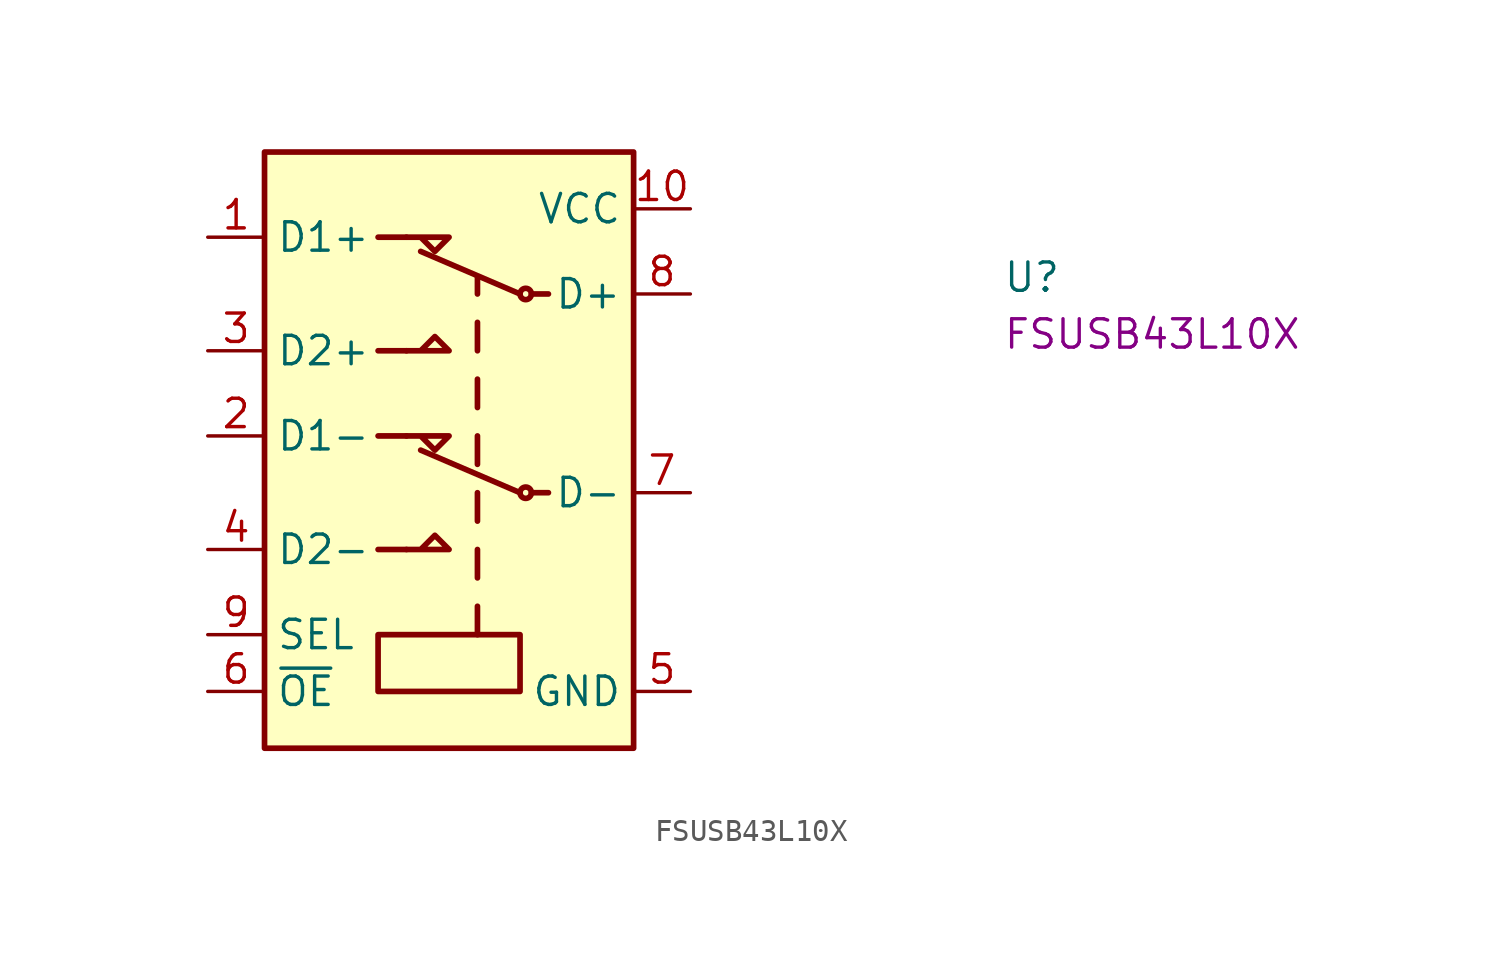
<source format=kicad_sym>
(kicad_symbol_lib
  (version 20220914)
  (generator kicad_symbol_editor)
  (symbol "FSUSB43L10X"
    (property "Reference" "U"
      (at 35.56 -2.54 0)
      (effects (font (size 1.27 1.27) (thickness 0.15)) (justify left bottom)))
    (property "MPN" "FSUSB43L10X"
      (at 35.56 -5.08 0)
      (effects (font (size 1.27 1.27) (thickness 0.15)) (justify left bottom)))
    (symbol "FSUSB43L10X_1_1"
      (polyline (pts (xy 7.62 -13.97) (xy 8.89 -13.97)) (stroke (width 0.254) (type default)) (fill (type background)))
      (polyline (pts (xy 7.62 -5.08) (xy 8.89 -5.08)) (stroke (width 0.254) (type default)) (fill (type background)))
      (polyline (pts (xy 8.89 -8.89) (xy 7.62 -8.89)) (stroke (width 0.254) (type default)) (fill (type background)))
      (polyline (pts (xy 8.89 0) (xy 7.62 0)) (stroke (width 0.254) (type default)) (fill (type background)))
      (polyline (pts (xy 9.525 -9.525) (xy 13.97 -11.43)) (stroke (width 0.254) (type default)) (fill (type background)))
      (polyline (pts (xy 9.525 -0.635) (xy 13.97 -2.54)) (stroke (width 0.254) (type default)) (fill (type background)))
      (polyline (pts (xy 12.065 -17.78) (xy 12.065 -16.51)) (stroke (width 0.254) (type default)) (fill (type background)))
      (polyline (pts (xy 12.065 -15.24) (xy 12.065 -13.97)) (stroke (width 0.254) (type default)) (fill (type background)))
      (polyline (pts (xy 12.065 -12.7) (xy 12.065 -11.43)) (stroke (width 0.254) (type default)) (fill (type background)))
      (polyline (pts (xy 12.065 -10.16) (xy 12.065 -8.89)) (stroke (width 0.254) (type default)) (fill (type background)))
      (polyline (pts (xy 12.065 -7.62) (xy 12.065 -6.35)) (stroke (width 0.254) (type default)) (fill (type background)))
      (polyline (pts (xy 12.065 -5.08) (xy 12.065 -3.81)) (stroke (width 0.254) (type default)) (fill (type background)))
      (polyline (pts (xy 12.065 -2.54) (xy 12.065 -1.778)) (stroke (width 0.254) (type default)) (fill (type background)))
      (polyline (pts (xy 14.478 -11.43) (xy 15.24 -11.43)) (stroke (width 0.254) (type default)) (fill (type background)))
      (polyline (pts (xy 14.478 -2.54) (xy 15.24 -2.54)) (stroke (width 0.254) (type default)) (fill (type background)))
      (polyline (pts (xy 8.89 -13.97) (xy 10.795 -13.97) (xy 10.16 -13.335) (xy 9.525 -13.97)) (stroke (width 0.254) (type default)) (fill (type background)))
      (polyline (pts (xy 8.89 -8.89) (xy 10.795 -8.89) (xy 10.16 -9.525) (xy 9.525 -8.89)) (stroke (width 0.254) (type default)) (fill (type background)))
      (polyline (pts (xy 8.89 -5.08) (xy 10.795 -5.08) (xy 10.16 -4.445) (xy 9.525 -5.08)) (stroke (width 0.254) (type default)) (fill (type background)))
      (polyline (pts (xy 8.89 0) (xy 10.795 0) (xy 10.16 -0.635) (xy 9.525 0)) (stroke (width 0.254) (type default)) (fill (type background)))
      (rectangle (start 2.54 3.81) (end 19.05 -22.86) (stroke (width 0.254) (type default)) (fill (type background)))
      (rectangle (start 7.62 -17.78) (end 13.97 -20.32) (stroke (width 0.254) (type default)) (fill (type background)))
      (circle (center 14.224 -11.43) (radius 0.254) (stroke (width 0.254) (type default)) (fill (type background)))
      (circle (center 14.224 -2.54) (radius 0.254) (stroke (width 0.254) (type default)) (fill (type background)))
      (pin bidirectional line (at 0 0 0) (length 2.54) (name "D1+" (effects (font (size 1.27 1.27)))) (number "1" (effects (font (size 1.27 1.27)))))
      (pin power_in line (at 21.59 1.27 180) (length 2.54) (name "VCC" (effects (font (size 1.27 1.27)))) (number "10" (effects (font (size 1.27 1.27)))))
      (pin bidirectional line (at 0 -8.89 0) (length 2.54) (name "D1-" (effects (font (size 1.27 1.27)))) (number "2" (effects (font (size 1.27 1.27)))))
      (pin bidirectional line (at 0 -5.08 0) (length 2.54) (name "D2+" (effects (font (size 1.27 1.27)))) (number "3" (effects (font (size 1.27 1.27)))))
      (pin bidirectional line (at 0 -13.97 0) (length 2.54) (name "D2-" (effects (font (size 1.27 1.27)))) (number "4" (effects (font (size 1.27 1.27)))))
      (pin power_in line (at 21.59 -20.32 180) (length 2.54) (name "GND" (effects (font (size 1.27 1.27)))) (number "5" (effects (font (size 1.27 1.27)))))
      (pin input line (at 0 -20.32 0) (length 2.54) (name "~{OE}" (effects (font (size 1.27 1.27)))) (number "6" (effects (font (size 1.27 1.27)))))
      (pin bidirectional line (at 21.59 -11.43 180) (length 2.54) (name "D-" (effects (font (size 1.27 1.27)))) (number "7" (effects (font (size 1.27 1.27)))))
      (pin bidirectional line (at 21.59 -2.54 180) (length 2.54) (name "D+" (effects (font (size 1.27 1.27)))) (number "8" (effects (font (size 1.27 1.27)))))
      (pin input line (at 0 -17.78 0) (length 2.54) (name "SEL" (effects (font (size 1.27 1.27)))) (number "9" (effects (font (size 1.27 1.27))))))))
</source>
